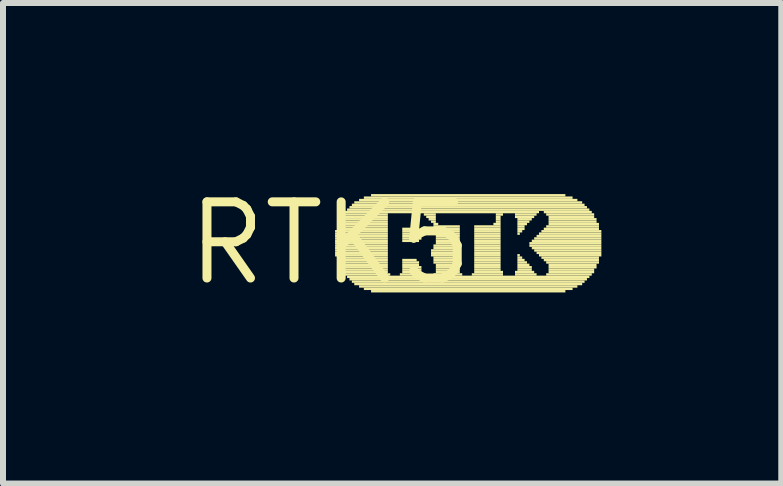
<source format=kicad_pcb>
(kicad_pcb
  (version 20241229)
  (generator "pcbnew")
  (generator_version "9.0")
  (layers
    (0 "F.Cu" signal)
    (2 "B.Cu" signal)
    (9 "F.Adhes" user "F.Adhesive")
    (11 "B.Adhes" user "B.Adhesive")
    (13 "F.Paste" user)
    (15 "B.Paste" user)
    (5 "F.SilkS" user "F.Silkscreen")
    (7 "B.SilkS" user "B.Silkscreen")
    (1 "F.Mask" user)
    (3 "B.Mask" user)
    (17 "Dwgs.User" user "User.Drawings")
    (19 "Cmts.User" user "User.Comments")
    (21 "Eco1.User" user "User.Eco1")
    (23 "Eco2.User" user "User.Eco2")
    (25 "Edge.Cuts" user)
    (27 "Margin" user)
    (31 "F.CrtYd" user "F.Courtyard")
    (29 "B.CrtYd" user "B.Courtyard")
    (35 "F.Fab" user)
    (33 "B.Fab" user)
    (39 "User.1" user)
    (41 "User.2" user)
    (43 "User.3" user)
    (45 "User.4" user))
  (footprint "RTK5"
    (layer "F.Cu")
    (at 2.457 1.006)
    (property "Reference" "RTK5" (at 0 0 0) (layer "F.SilkS") (effects (font (size 1.27 1.27) (thickness 0.15))))
    (fp_poly (pts (xy 0.08 -0.18) (xy 0.96 -0.18) (xy 0.96 -0.22) (xy 0.08 -0.22)) (stroke (width 0) (type solid)) (fill yes) (layer "F.SilkS"))
    (fp_poly (pts (xy 0.08 -0.14) (xy 0.96 -0.14) (xy 0.96 -0.18) (xy 0.08 -0.18)) (stroke (width 0) (type solid)) (fill yes) (layer "F.SilkS"))
    (fp_poly (pts (xy 0.08 -0.1) (xy 0.96 -0.1) (xy 0.96 -0.14) (xy 0.08 -0.14)) (stroke (width 0) (type solid)) (fill yes) (layer "F.SilkS"))
    (fp_poly (pts (xy 0.08 -0.06) (xy 0.96 -0.06) (xy 0.96 -0.1) (xy 0.08 -0.1)) (stroke (width 0) (type solid)) (fill yes) (layer "F.SilkS"))
    (fp_poly (pts (xy 0.08 -0.02) (xy 0.96 -0.02) (xy 0.96 -0.06) (xy 0.08 -0.06)) (stroke (width 0) (type solid)) (fill yes) (layer "F.SilkS"))
    (fp_poly (pts (xy 0.08 0.02) (xy 0.96 0.02) (xy 0.96 -0.02) (xy 0.08 -0.02)) (stroke (width 0) (type solid)) (fill yes) (layer "F.SilkS"))
    (fp_poly (pts (xy 0.08 0.06) (xy 0.96 0.06) (xy 0.96 0.02) (xy 0.08 0.02)) (stroke (width 0) (type solid)) (fill yes) (layer "F.SilkS"))
    (fp_poly (pts (xy 0.08 0.1) (xy 0.96 0.1) (xy 0.96 0.06) (xy 0.08 0.06)) (stroke (width 0) (type solid)) (fill yes) (layer "F.SilkS"))
    (fp_poly (pts (xy 0.08 0.14) (xy 0.96 0.14) (xy 0.96 0.1) (xy 0.08 0.1)) (stroke (width 0) (type solid)) (fill yes) (layer "F.SilkS"))
    (fp_poly (pts (xy 0.08 0.18) (xy 0.96 0.18) (xy 0.96 0.14) (xy 0.08 0.14)) (stroke (width 0) (type solid)) (fill yes) (layer "F.SilkS"))
    (fp_poly (pts (xy 0.08 0.22) (xy 0.96 0.22) (xy 0.96 0.18) (xy 0.08 0.18)) (stroke (width 0) (type solid)) (fill yes) (layer "F.SilkS"))
    (fp_poly (pts (xy 0.12 -0.3) (xy 0.96 -0.3) (xy 0.96 -0.34) (xy 0.12 -0.34)) (stroke (width 0) (type solid)) (fill yes) (layer "F.SilkS"))
    (fp_poly (pts (xy 0.12 -0.26) (xy 0.96 -0.26) (xy 0.96 -0.3) (xy 0.12 -0.3)) (stroke (width 0) (type solid)) (fill yes) (layer "F.SilkS"))
    (fp_poly (pts (xy 0.12 -0.22) (xy 0.96 -0.22) (xy 0.96 -0.26) (xy 0.12 -0.26)) (stroke (width 0) (type solid)) (fill yes) (layer "F.SilkS"))
    (fp_poly (pts (xy 0.12 0.26) (xy 0.96 0.26) (xy 0.96 0.22) (xy 0.12 0.22)) (stroke (width 0) (type solid)) (fill yes) (layer "F.SilkS"))
    (fp_poly (pts (xy 0.12 0.3) (xy 0.96 0.3) (xy 0.96 0.26) (xy 0.12 0.26)) (stroke (width 0) (type solid)) (fill yes) (layer "F.SilkS"))
    (fp_poly (pts (xy 0.12 0.34) (xy 0.96 0.34) (xy 0.96 0.3) (xy 0.12 0.3)) (stroke (width 0) (type solid)) (fill yes) (layer "F.SilkS"))
    (fp_poly (pts (xy 0.16 -0.38) (xy 0.96 -0.38) (xy 0.96 -0.42) (xy 0.16 -0.42)) (stroke (width 0) (type solid)) (fill yes) (layer "F.SilkS"))
    (fp_poly (pts (xy 0.16 -0.34) (xy 0.96 -0.34) (xy 0.96 -0.38) (xy 0.16 -0.38)) (stroke (width 0) (type solid)) (fill yes) (layer "F.SilkS"))
    (fp_poly (pts (xy 0.16 0.38) (xy 0.96 0.38) (xy 0.96 0.34) (xy 0.16 0.34)) (stroke (width 0) (type solid)) (fill yes) (layer "F.SilkS"))
    (fp_poly (pts (xy 0.16 0.42) (xy 0.96 0.42) (xy 0.96 0.38) (xy 0.16 0.38)) (stroke (width 0) (type solid)) (fill yes) (layer "F.SilkS"))
    (fp_poly (pts (xy 0.2 -0.46) (xy 0.96 -0.46) (xy 0.96 -0.5) (xy 0.2 -0.5)) (stroke (width 0) (type solid)) (fill yes) (layer "F.SilkS"))
    (fp_poly (pts (xy 0.2 -0.42) (xy 0.96 -0.42) (xy 0.96 -0.46) (xy 0.2 -0.46)) (stroke (width 0) (type solid)) (fill yes) (layer "F.SilkS"))
    (fp_poly (pts (xy 0.2 0.46) (xy 0.96 0.46) (xy 0.96 0.42) (xy 0.2 0.42)) (stroke (width 0) (type solid)) (fill yes) (layer "F.SilkS"))
    (fp_poly (pts (xy 0.2 0.5) (xy 0.96 0.5) (xy 0.96 0.46) (xy 0.2 0.46)) (stroke (width 0) (type solid)) (fill yes) (layer "F.SilkS"))
    (fp_poly (pts (xy 0.24 -0.5) (xy 3.48 -0.5) (xy 3.48 -0.54) (xy 0.24 -0.54)) (stroke (width 0) (type solid)) (fill yes) (layer "F.SilkS"))
    (fp_poly (pts (xy 0.24 0.54) (xy 1 0.54) (xy 1 0.5) (xy 0.24 0.5)) (stroke (width 0) (type solid)) (fill yes) (layer "F.SilkS"))
    (fp_poly (pts (xy 0.28 -0.54) (xy 4.32 -0.54) (xy 4.32 -0.58) (xy 0.28 -0.58)) (stroke (width 0) (type solid)) (fill yes) (layer "F.SilkS"))
    (fp_poly (pts (xy 0.28 0.58) (xy 4.32 0.58) (xy 4.32 0.54) (xy 0.28 0.54)) (stroke (width 0) (type solid)) (fill yes) (layer "F.SilkS"))
    (fp_poly (pts (xy 0.32 -0.58) (xy 4.28 -0.58) (xy 4.28 -0.62) (xy 0.32 -0.62)) (stroke (width 0) (type solid)) (fill yes) (layer "F.SilkS"))
    (fp_poly (pts (xy 0.32 0.62) (xy 4.28 0.62) (xy 4.28 0.58) (xy 0.32 0.58)) (stroke (width 0) (type solid)) (fill yes) (layer "F.SilkS"))
    (fp_poly (pts (xy 0.36 -0.62) (xy 4.24 -0.62) (xy 4.24 -0.66) (xy 0.36 -0.66)) (stroke (width 0) (type solid)) (fill yes) (layer "F.SilkS"))
    (fp_poly (pts (xy 0.36 0.66) (xy 4.24 0.66) (xy 4.24 0.62) (xy 0.36 0.62)) (stroke (width 0) (type solid)) (fill yes) (layer "F.SilkS"))
    (fp_poly (pts (xy 0.4 -0.66) (xy 4.2 -0.66) (xy 4.2 -0.7) (xy 0.4 -0.7)) (stroke (width 0) (type solid)) (fill yes) (layer "F.SilkS"))
    (fp_poly (pts (xy 0.4 0.7) (xy 4.2 0.7) (xy 4.2 0.66) (xy 0.4 0.66)) (stroke (width 0) (type solid)) (fill yes) (layer "F.SilkS"))
    (fp_poly (pts (xy 0.48 -0.7) (xy 4.12 -0.7) (xy 4.12 -0.74) (xy 0.48 -0.74)) (stroke (width 0) (type solid)) (fill yes) (layer "F.SilkS"))
    (fp_poly (pts (xy 0.48 0.74) (xy 4.12 0.74) (xy 4.12 0.7) (xy 0.48 0.7)) (stroke (width 0) (type solid)) (fill yes) (layer "F.SilkS"))
    (fp_poly (pts (xy 0.56 -0.74) (xy 4.04 -0.74) (xy 4.04 -0.78) (xy 0.56 -0.78)) (stroke (width 0) (type solid)) (fill yes) (layer "F.SilkS"))
    (fp_poly (pts (xy 0.56 0.78) (xy 4.04 0.78) (xy 4.04 0.74) (xy 0.56 0.74)) (stroke (width 0) (type solid)) (fill yes) (layer "F.SilkS"))
    (fp_poly (pts (xy 0.68 -0.78) (xy 3.92 -0.78) (xy 3.92 -0.82) (xy 0.68 -0.82)) (stroke (width 0) (type solid)) (fill yes) (layer "F.SilkS"))
    (fp_poly (pts (xy 0.68 0.82) (xy 3.92 0.82) (xy 3.92 0.78) (xy 0.68 0.78)) (stroke (width 0) (type solid)) (fill yes) (layer "F.SilkS"))
    (fp_poly (pts (xy 1.16 0.54) (xy 1.56 0.54) (xy 1.56 0.5) (xy 1.16 0.5)) (stroke (width 0) (type solid)) (fill yes) (layer "F.SilkS"))
    (fp_poly (pts (xy 1.2 -0.22) (xy 1.44 -0.22) (xy 1.44 -0.26) (xy 1.2 -0.26)) (stroke (width 0) (type solid)) (fill yes) (layer "F.SilkS"))
    (fp_poly (pts (xy 1.2 -0.18) (xy 1.52 -0.18) (xy 1.52 -0.22) (xy 1.2 -0.22)) (stroke (width 0) (type solid)) (fill yes) (layer "F.SilkS"))
    (fp_poly (pts (xy 1.2 -0.14) (xy 1.52 -0.14) (xy 1.52 -0.18) (xy 1.2 -0.18)) (stroke (width 0) (type solid)) (fill yes) (layer "F.SilkS"))
    (fp_poly (pts (xy 1.2 -0.1) (xy 1.52 -0.1) (xy 1.52 -0.14) (xy 1.2 -0.14)) (stroke (width 0) (type solid)) (fill yes) (layer "F.SilkS"))
    (fp_poly (pts (xy 1.2 -0.06) (xy 1.52 -0.06) (xy 1.52 -0.1) (xy 1.2 -0.1)) (stroke (width 0) (type solid)) (fill yes) (layer "F.SilkS"))
    (fp_poly (pts (xy 1.2 -0.02) (xy 1.48 -0.02) (xy 1.48 -0.06) (xy 1.2 -0.06)) (stroke (width 0) (type solid)) (fill yes) (layer "F.SilkS"))
    (fp_poly (pts (xy 1.2 0.3) (xy 1.44 0.3) (xy 1.44 0.26) (xy 1.2 0.26)) (stroke (width 0) (type solid)) (fill yes) (layer "F.SilkS"))
    (fp_poly (pts (xy 1.2 0.34) (xy 1.48 0.34) (xy 1.48 0.3) (xy 1.2 0.3)) (stroke (width 0) (type solid)) (fill yes) (layer "F.SilkS"))
    (fp_poly (pts (xy 1.2 0.38) (xy 1.48 0.38) (xy 1.48 0.34) (xy 1.2 0.34)) (stroke (width 0) (type solid)) (fill yes) (layer "F.SilkS"))
    (fp_poly (pts (xy 1.2 0.42) (xy 1.52 0.42) (xy 1.52 0.38) (xy 1.2 0.38)) (stroke (width 0) (type solid)) (fill yes) (layer "F.SilkS"))
    (fp_poly (pts (xy 1.2 0.46) (xy 1.52 0.46) (xy 1.52 0.42) (xy 1.2 0.42)) (stroke (width 0) (type solid)) (fill yes) (layer "F.SilkS"))
    (fp_poly (pts (xy 1.2 0.5) (xy 1.52 0.5) (xy 1.52 0.46) (xy 1.2 0.46)) (stroke (width 0) (type solid)) (fill yes) (layer "F.SilkS"))
    (fp_poly (pts (xy 1.56 -0.46) (xy 1.76 -0.46) (xy 1.76 -0.5) (xy 1.56 -0.5)) (stroke (width 0) (type solid)) (fill yes) (layer "F.SilkS"))
    (fp_poly (pts (xy 1.6 -0.42) (xy 1.76 -0.42) (xy 1.76 -0.46) (xy 1.6 -0.46)) (stroke (width 0) (type solid)) (fill yes) (layer "F.SilkS"))
    (fp_poly (pts (xy 1.64 -0.38) (xy 1.76 -0.38) (xy 1.76 -0.42) (xy 1.64 -0.42)) (stroke (width 0) (type solid)) (fill yes) (layer "F.SilkS"))
    (fp_poly (pts (xy 1.68 -0.34) (xy 1.76 -0.34) (xy 1.76 -0.38) (xy 1.68 -0.38)) (stroke (width 0) (type solid)) (fill yes) (layer "F.SilkS"))
    (fp_poly (pts (xy 1.68 0.14) (xy 2.16 0.14) (xy 2.16 0.1) (xy 1.68 0.1)) (stroke (width 0) (type solid)) (fill yes) (layer "F.SilkS"))
    (fp_poly (pts (xy 1.68 0.18) (xy 2.16 0.18) (xy 2.16 0.14) (xy 1.68 0.14)) (stroke (width 0) (type solid)) (fill yes) (layer "F.SilkS"))
    (fp_poly (pts (xy 1.68 0.22) (xy 2.16 0.22) (xy 2.16 0.18) (xy 1.68 0.18)) (stroke (width 0) (type solid)) (fill yes) (layer "F.SilkS"))
    (fp_poly (pts (xy 1.72 -0.3) (xy 1.8 -0.3) (xy 1.8 -0.34) (xy 1.72 -0.34)) (stroke (width 0) (type solid)) (fill yes) (layer "F.SilkS"))
    (fp_poly (pts (xy 1.72 -0.26) (xy 2.16 -0.26) (xy 2.16 -0.3) (xy 1.72 -0.3)) (stroke (width 0) (type solid)) (fill yes) (layer "F.SilkS"))
    (fp_poly (pts (xy 1.72 0.06) (xy 2.16 0.06) (xy 2.16 0.02) (xy 1.72 0.02)) (stroke (width 0) (type solid)) (fill yes) (layer "F.SilkS"))
    (fp_poly (pts (xy 1.72 0.1) (xy 2.16 0.1) (xy 2.16 0.06) (xy 1.72 0.06)) (stroke (width 0) (type solid)) (fill yes) (layer "F.SilkS"))
    (fp_poly (pts (xy 1.72 0.26) (xy 2.16 0.26) (xy 2.16 0.22) (xy 1.72 0.22)) (stroke (width 0) (type solid)) (fill yes) (layer "F.SilkS"))
    (fp_poly (pts (xy 1.72 0.3) (xy 2.16 0.3) (xy 2.16 0.26) (xy 1.72 0.26)) (stroke (width 0) (type solid)) (fill yes) (layer "F.SilkS"))
    (fp_poly (pts (xy 1.72 0.34) (xy 2.16 0.34) (xy 2.16 0.3) (xy 1.72 0.3)) (stroke (width 0) (type solid)) (fill yes) (layer "F.SilkS"))
    (fp_poly (pts (xy 1.72 0.54) (xy 2.2 0.54) (xy 2.2 0.5) (xy 1.72 0.5)) (stroke (width 0) (type solid)) (fill yes) (layer "F.SilkS"))
    (fp_poly (pts (xy 1.76 -0.22) (xy 2.16 -0.22) (xy 2.16 -0.26) (xy 1.76 -0.26)) (stroke (width 0) (type solid)) (fill yes) (layer "F.SilkS"))
    (fp_poly (pts (xy 1.76 -0.18) (xy 2.16 -0.18) (xy 2.16 -0.22) (xy 1.76 -0.22)) (stroke (width 0) (type solid)) (fill yes) (layer "F.SilkS"))
    (fp_poly (pts (xy 1.76 -0.14) (xy 2.16 -0.14) (xy 2.16 -0.18) (xy 1.76 -0.18)) (stroke (width 0) (type solid)) (fill yes) (layer "F.SilkS"))
    (fp_poly (pts (xy 1.76 -0.1) (xy 2.16 -0.1) (xy 2.16 -0.14) (xy 1.76 -0.14)) (stroke (width 0) (type solid)) (fill yes) (layer "F.SilkS"))
    (fp_poly (pts (xy 1.76 -0.06) (xy 2.16 -0.06) (xy 2.16 -0.1) (xy 1.76 -0.1)) (stroke (width 0) (type solid)) (fill yes) (layer "F.SilkS"))
    (fp_poly (pts (xy 1.76 -0.02) (xy 2.16 -0.02) (xy 2.16 -0.06) (xy 1.76 -0.06)) (stroke (width 0) (type solid)) (fill yes) (layer "F.SilkS"))
    (fp_poly (pts (xy 1.76 0.02) (xy 2.16 0.02) (xy 2.16 -0.02) (xy 1.76 -0.02)) (stroke (width 0) (type solid)) (fill yes) (layer "F.SilkS"))
    (fp_poly (pts (xy 1.76 0.38) (xy 2.16 0.38) (xy 2.16 0.34) (xy 1.76 0.34)) (stroke (width 0) (type solid)) (fill yes) (layer "F.SilkS"))
    (fp_poly (pts (xy 1.76 0.42) (xy 2.16 0.42) (xy 2.16 0.38) (xy 1.76 0.38)) (stroke (width 0) (type solid)) (fill yes) (layer "F.SilkS"))
    (fp_poly (pts (xy 1.76 0.46) (xy 2.16 0.46) (xy 2.16 0.42) (xy 1.76 0.42)) (stroke (width 0) (type solid)) (fill yes) (layer "F.SilkS"))
    (fp_poly (pts (xy 1.76 0.5) (xy 2.16 0.5) (xy 2.16 0.46) (xy 1.76 0.46)) (stroke (width 0) (type solid)) (fill yes) (layer "F.SilkS"))
    (fp_poly (pts (xy 2.36 0.54) (xy 2.88 0.54) (xy 2.88 0.5) (xy 2.36 0.5)) (stroke (width 0) (type solid)) (fill yes) (layer "F.SilkS"))
    (fp_poly (pts (xy 2.4 -0.26) (xy 2.84 -0.26) (xy 2.84 -0.3) (xy 2.4 -0.3)) (stroke (width 0) (type solid)) (fill yes) (layer "F.SilkS"))
    (fp_poly (pts (xy 2.4 -0.22) (xy 2.84 -0.22) (xy 2.84 -0.26) (xy 2.4 -0.26)) (stroke (width 0) (type solid)) (fill yes) (layer "F.SilkS"))
    (fp_poly (pts (xy 2.4 -0.18) (xy 2.84 -0.18) (xy 2.84 -0.22) (xy 2.4 -0.22)) (stroke (width 0) (type solid)) (fill yes) (layer "F.SilkS"))
    (fp_poly (pts (xy 2.4 -0.14) (xy 2.84 -0.14) (xy 2.84 -0.18) (xy 2.4 -0.18)) (stroke (width 0) (type solid)) (fill yes) (layer "F.SilkS"))
    (fp_poly (pts (xy 2.4 -0.1) (xy 2.84 -0.1) (xy 2.84 -0.14) (xy 2.4 -0.14)) (stroke (width 0) (type solid)) (fill yes) (layer "F.SilkS"))
    (fp_poly (pts (xy 2.4 -0.06) (xy 2.84 -0.06) (xy 2.84 -0.1) (xy 2.4 -0.1)) (stroke (width 0) (type solid)) (fill yes) (layer "F.SilkS"))
    (fp_poly (pts (xy 2.4 -0.02) (xy 2.84 -0.02) (xy 2.84 -0.06) (xy 2.4 -0.06)) (stroke (width 0) (type solid)) (fill yes) (layer "F.SilkS"))
    (fp_poly (pts (xy 2.4 0.02) (xy 2.84 0.02) (xy 2.84 -0.02) (xy 2.4 -0.02)) (stroke (width 0) (type solid)) (fill yes) (layer "F.SilkS"))
    (fp_poly (pts (xy 2.4 0.06) (xy 2.84 0.06) (xy 2.84 0.02) (xy 2.4 0.02)) (stroke (width 0) (type solid)) (fill yes) (layer "F.SilkS"))
    (fp_poly (pts (xy 2.4 0.1) (xy 2.84 0.1) (xy 2.84 0.06) (xy 2.4 0.06)) (stroke (width 0) (type solid)) (fill yes) (layer "F.SilkS"))
    (fp_poly (pts (xy 2.4 0.14) (xy 2.84 0.14) (xy 2.84 0.1) (xy 2.4 0.1)) (stroke (width 0) (type solid)) (fill yes) (layer "F.SilkS"))
    (fp_poly (pts (xy 2.4 0.18) (xy 2.84 0.18) (xy 2.84 0.14) (xy 2.4 0.14)) (stroke (width 0) (type solid)) (fill yes) (layer "F.SilkS"))
    (fp_poly (pts (xy 2.4 0.22) (xy 2.84 0.22) (xy 2.84 0.18) (xy 2.4 0.18)) (stroke (width 0) (type solid)) (fill yes) (layer "F.SilkS"))
    (fp_poly (pts (xy 2.4 0.26) (xy 2.84 0.26) (xy 2.84 0.22) (xy 2.4 0.22)) (stroke (width 0) (type solid)) (fill yes) (layer "F.SilkS"))
    (fp_poly (pts (xy 2.4 0.3) (xy 2.84 0.3) (xy 2.84 0.26) (xy 2.4 0.26)) (stroke (width 0) (type solid)) (fill yes) (layer "F.SilkS"))
    (fp_poly (pts (xy 2.4 0.34) (xy 2.84 0.34) (xy 2.84 0.3) (xy 2.4 0.3)) (stroke (width 0) (type solid)) (fill yes) (layer "F.SilkS"))
    (fp_poly (pts (xy 2.4 0.38) (xy 2.84 0.38) (xy 2.84 0.34) (xy 2.4 0.34)) (stroke (width 0) (type solid)) (fill yes) (layer "F.SilkS"))
    (fp_poly (pts (xy 2.4 0.42) (xy 2.84 0.42) (xy 2.84 0.38) (xy 2.4 0.38)) (stroke (width 0) (type solid)) (fill yes) (layer "F.SilkS"))
    (fp_poly (pts (xy 2.4 0.46) (xy 2.84 0.46) (xy 2.84 0.42) (xy 2.4 0.42)) (stroke (width 0) (type solid)) (fill yes) (layer "F.SilkS"))
    (fp_poly (pts (xy 2.4 0.5) (xy 2.88 0.5) (xy 2.88 0.46) (xy 2.4 0.46)) (stroke (width 0) (type solid)) (fill yes) (layer "F.SilkS"))
    (fp_poly (pts (xy 2.72 -0.3) (xy 2.84 -0.3) (xy 2.84 -0.34) (xy 2.72 -0.34)) (stroke (width 0) (type solid)) (fill yes) (layer "F.SilkS"))
    (fp_poly (pts (xy 2.76 -0.46) (xy 2.88 -0.46) (xy 2.88 -0.5) (xy 2.76 -0.5)) (stroke (width 0) (type solid)) (fill yes) (layer "F.SilkS"))
    (fp_poly (pts (xy 2.76 -0.42) (xy 2.84 -0.42) (xy 2.84 -0.46) (xy 2.76 -0.46)) (stroke (width 0) (type solid)) (fill yes) (layer "F.SilkS"))
    (fp_poly (pts (xy 2.76 -0.38) (xy 2.84 -0.38) (xy 2.84 -0.42) (xy 2.76 -0.42)) (stroke (width 0) (type solid)) (fill yes) (layer "F.SilkS"))
    (fp_poly (pts (xy 2.76 -0.34) (xy 2.84 -0.34) (xy 2.84 -0.38) (xy 2.76 -0.38)) (stroke (width 0) (type solid)) (fill yes) (layer "F.SilkS"))
    (fp_poly (pts (xy 3.08 -0.46) (xy 3.44 -0.46) (xy 3.44 -0.5) (xy 3.08 -0.5)) (stroke (width 0) (type solid)) (fill yes) (layer "F.SilkS"))
    (fp_poly (pts (xy 3.08 -0.42) (xy 3.4 -0.42) (xy 3.4 -0.46) (xy 3.08 -0.46)) (stroke (width 0) (type solid)) (fill yes) (layer "F.SilkS"))
    (fp_poly (pts (xy 3.08 0.5) (xy 3.4 0.5) (xy 3.4 0.46) (xy 3.08 0.46)) (stroke (width 0) (type solid)) (fill yes) (layer "F.SilkS"))
    (fp_poly (pts (xy 3.08 0.54) (xy 3.44 0.54) (xy 3.44 0.5) (xy 3.08 0.5)) (stroke (width 0) (type solid)) (fill yes) (layer "F.SilkS"))
    (fp_poly (pts (xy 3.12 -0.38) (xy 3.36 -0.38) (xy 3.36 -0.42) (xy 3.12 -0.42)) (stroke (width 0) (type solid)) (fill yes) (layer "F.SilkS"))
    (fp_poly (pts (xy 3.12 -0.34) (xy 3.32 -0.34) (xy 3.32 -0.38) (xy 3.12 -0.38)) (stroke (width 0) (type solid)) (fill yes) (layer "F.SilkS"))
    (fp_poly (pts (xy 3.12 -0.3) (xy 3.28 -0.3) (xy 3.28 -0.34) (xy 3.12 -0.34)) (stroke (width 0) (type solid)) (fill yes) (layer "F.SilkS"))
    (fp_poly (pts (xy 3.12 -0.26) (xy 3.24 -0.26) (xy 3.24 -0.3) (xy 3.12 -0.3)) (stroke (width 0) (type solid)) (fill yes) (layer "F.SilkS"))
    (fp_poly (pts (xy 3.12 -0.22) (xy 3.24 -0.22) (xy 3.24 -0.26) (xy 3.12 -0.26)) (stroke (width 0) (type solid)) (fill yes) (layer "F.SilkS"))
    (fp_poly (pts (xy 3.12 -0.18) (xy 3.2 -0.18) (xy 3.2 -0.22) (xy 3.12 -0.22)) (stroke (width 0) (type solid)) (fill yes) (layer "F.SilkS"))
    (fp_poly (pts (xy 3.12 -0.14) (xy 3.16 -0.14) (xy 3.16 -0.18) (xy 3.12 -0.18)) (stroke (width 0) (type solid)) (fill yes) (layer "F.SilkS"))
    (fp_poly (pts (xy 3.12 0.22) (xy 3.16 0.22) (xy 3.16 0.18) (xy 3.12 0.18)) (stroke (width 0) (type solid)) (fill yes) (layer "F.SilkS"))
    (fp_poly (pts (xy 3.12 0.26) (xy 3.2 0.26) (xy 3.2 0.22) (xy 3.12 0.22)) (stroke (width 0) (type solid)) (fill yes) (layer "F.SilkS"))
    (fp_poly (pts (xy 3.12 0.3) (xy 3.24 0.3) (xy 3.24 0.26) (xy 3.12 0.26)) (stroke (width 0) (type solid)) (fill yes) (layer "F.SilkS"))
    (fp_poly (pts (xy 3.12 0.34) (xy 3.28 0.34) (xy 3.28 0.3) (xy 3.12 0.3)) (stroke (width 0) (type solid)) (fill yes) (layer "F.SilkS"))
    (fp_poly (pts (xy 3.12 0.38) (xy 3.32 0.38) (xy 3.32 0.34) (xy 3.12 0.34)) (stroke (width 0) (type solid)) (fill yes) (layer "F.SilkS"))
    (fp_poly (pts (xy 3.12 0.42) (xy 3.36 0.42) (xy 3.36 0.38) (xy 3.12 0.38)) (stroke (width 0) (type solid)) (fill yes) (layer "F.SilkS"))
    (fp_poly (pts (xy 3.12 0.46) (xy 3.36 0.46) (xy 3.36 0.42) (xy 3.12 0.42)) (stroke (width 0) (type solid)) (fill yes) (layer "F.SilkS"))
    (fp_poly (pts (xy 3.32 0.02) (xy 4.52 0.02) (xy 4.52 -0.02) (xy 3.32 -0.02)) (stroke (width 0) (type solid)) (fill yes) (layer "F.SilkS"))
    (fp_poly (pts (xy 3.32 0.06) (xy 4.52 0.06) (xy 4.52 0.02) (xy 3.32 0.02)) (stroke (width 0) (type solid)) (fill yes) (layer "F.SilkS"))
    (fp_poly (pts (xy 3.36 -0.02) (xy 4.52 -0.02) (xy 4.52 -0.06) (xy 3.36 -0.06)) (stroke (width 0) (type solid)) (fill yes) (layer "F.SilkS"))
    (fp_poly (pts (xy 3.36 0.1) (xy 4.52 0.1) (xy 4.52 0.06) (xy 3.36 0.06)) (stroke (width 0) (type solid)) (fill yes) (layer "F.SilkS"))
    (fp_poly (pts (xy 3.4 -0.06) (xy 4.52 -0.06) (xy 4.52 -0.1) (xy 3.4 -0.1)) (stroke (width 0) (type solid)) (fill yes) (layer "F.SilkS"))
    (fp_poly (pts (xy 3.4 0.14) (xy 4.52 0.14) (xy 4.52 0.1) (xy 3.4 0.1)) (stroke (width 0) (type solid)) (fill yes) (layer "F.SilkS"))
    (fp_poly (pts (xy 3.44 -0.1) (xy 4.52 -0.1) (xy 4.52 -0.14) (xy 3.44 -0.14)) (stroke (width 0) (type solid)) (fill yes) (layer "F.SilkS"))
    (fp_poly (pts (xy 3.44 0.18) (xy 4.52 0.18) (xy 4.52 0.14) (xy 3.44 0.14)) (stroke (width 0) (type solid)) (fill yes) (layer "F.SilkS"))
    (fp_poly (pts (xy 3.48 -0.14) (xy 4.52 -0.14) (xy 4.52 -0.18) (xy 3.48 -0.18)) (stroke (width 0) (type solid)) (fill yes) (layer "F.SilkS"))
    (fp_poly (pts (xy 3.48 0.22) (xy 4.52 0.22) (xy 4.52 0.18) (xy 3.48 0.18)) (stroke (width 0) (type solid)) (fill yes) (layer "F.SilkS"))
    (fp_poly (pts (xy 3.52 -0.18) (xy 4.52 -0.18) (xy 4.52 -0.22) (xy 3.52 -0.22)) (stroke (width 0) (type solid)) (fill yes) (layer "F.SilkS"))
    (fp_poly (pts (xy 3.52 0.26) (xy 4.48 0.26) (xy 4.48 0.22) (xy 3.52 0.22)) (stroke (width 0) (type solid)) (fill yes) (layer "F.SilkS"))
    (fp_poly (pts (xy 3.56 -0.5) (xy 4.36 -0.5) (xy 4.36 -0.54) (xy 3.56 -0.54)) (stroke (width 0) (type solid)) (fill yes) (layer "F.SilkS"))
    (fp_poly (pts (xy 3.56 -0.22) (xy 4.48 -0.22) (xy 4.48 -0.26) (xy 3.56 -0.26)) (stroke (width 0) (type solid)) (fill yes) (layer "F.SilkS"))
    (fp_poly (pts (xy 3.56 0.3) (xy 4.48 0.3) (xy 4.48 0.26) (xy 3.56 0.26)) (stroke (width 0) (type solid)) (fill yes) (layer "F.SilkS"))
    (fp_poly (pts (xy 3.6 -0.46) (xy 4.4 -0.46) (xy 4.4 -0.5) (xy 3.6 -0.5)) (stroke (width 0) (type solid)) (fill yes) (layer "F.SilkS"))
    (fp_poly (pts (xy 3.6 -0.26) (xy 4.48 -0.26) (xy 4.48 -0.3) (xy 3.6 -0.3)) (stroke (width 0) (type solid)) (fill yes) (layer "F.SilkS"))
    (fp_poly (pts (xy 3.6 0.34) (xy 4.48 0.34) (xy 4.48 0.3) (xy 3.6 0.3)) (stroke (width 0) (type solid)) (fill yes) (layer "F.SilkS"))
    (fp_poly (pts (xy 3.6 0.54) (xy 4.36 0.54) (xy 4.36 0.5) (xy 3.6 0.5)) (stroke (width 0) (type solid)) (fill yes) (layer "F.SilkS"))
    (fp_poly (pts (xy 3.64 -0.42) (xy 4.4 -0.42) (xy 4.4 -0.46) (xy 3.64 -0.46)) (stroke (width 0) (type solid)) (fill yes) (layer "F.SilkS"))
    (fp_poly (pts (xy 3.64 -0.38) (xy 4.44 -0.38) (xy 4.44 -0.42) (xy 3.64 -0.42)) (stroke (width 0) (type solid)) (fill yes) (layer "F.SilkS"))
    (fp_poly (pts (xy 3.64 -0.34) (xy 4.44 -0.34) (xy 4.44 -0.38) (xy 3.64 -0.38)) (stroke (width 0) (type solid)) (fill yes) (layer "F.SilkS"))
    (fp_poly (pts (xy 3.64 -0.3) (xy 4.48 -0.3) (xy 4.48 -0.34) (xy 3.64 -0.34)) (stroke (width 0) (type solid)) (fill yes) (layer "F.SilkS"))
    (fp_poly (pts (xy 3.64 0.38) (xy 4.44 0.38) (xy 4.44 0.34) (xy 3.64 0.34)) (stroke (width 0) (type solid)) (fill yes) (layer "F.SilkS"))
    (fp_poly (pts (xy 3.64 0.42) (xy 4.44 0.42) (xy 4.44 0.38) (xy 3.64 0.38)) (stroke (width 0) (type solid)) (fill yes) (layer "F.SilkS"))
    (fp_poly (pts (xy 3.64 0.46) (xy 4.4 0.46) (xy 4.4 0.42) (xy 3.64 0.42)) (stroke (width 0) (type solid)) (fill yes) (layer "F.SilkS"))
    (fp_poly (pts (xy 3.64 0.5) (xy 4.4 0.5) (xy 4.4 0.46) (xy 3.64 0.46)) (stroke (width 0) (type solid)) (fill yes) (layer "F.SilkS")))
  (gr_rect
    (start -3 -3)
    (end 9.977 5.012)
    (stroke (width 0.1) (type default))
    (fill no)
    (layer "Edge.Cuts")))
</source>
